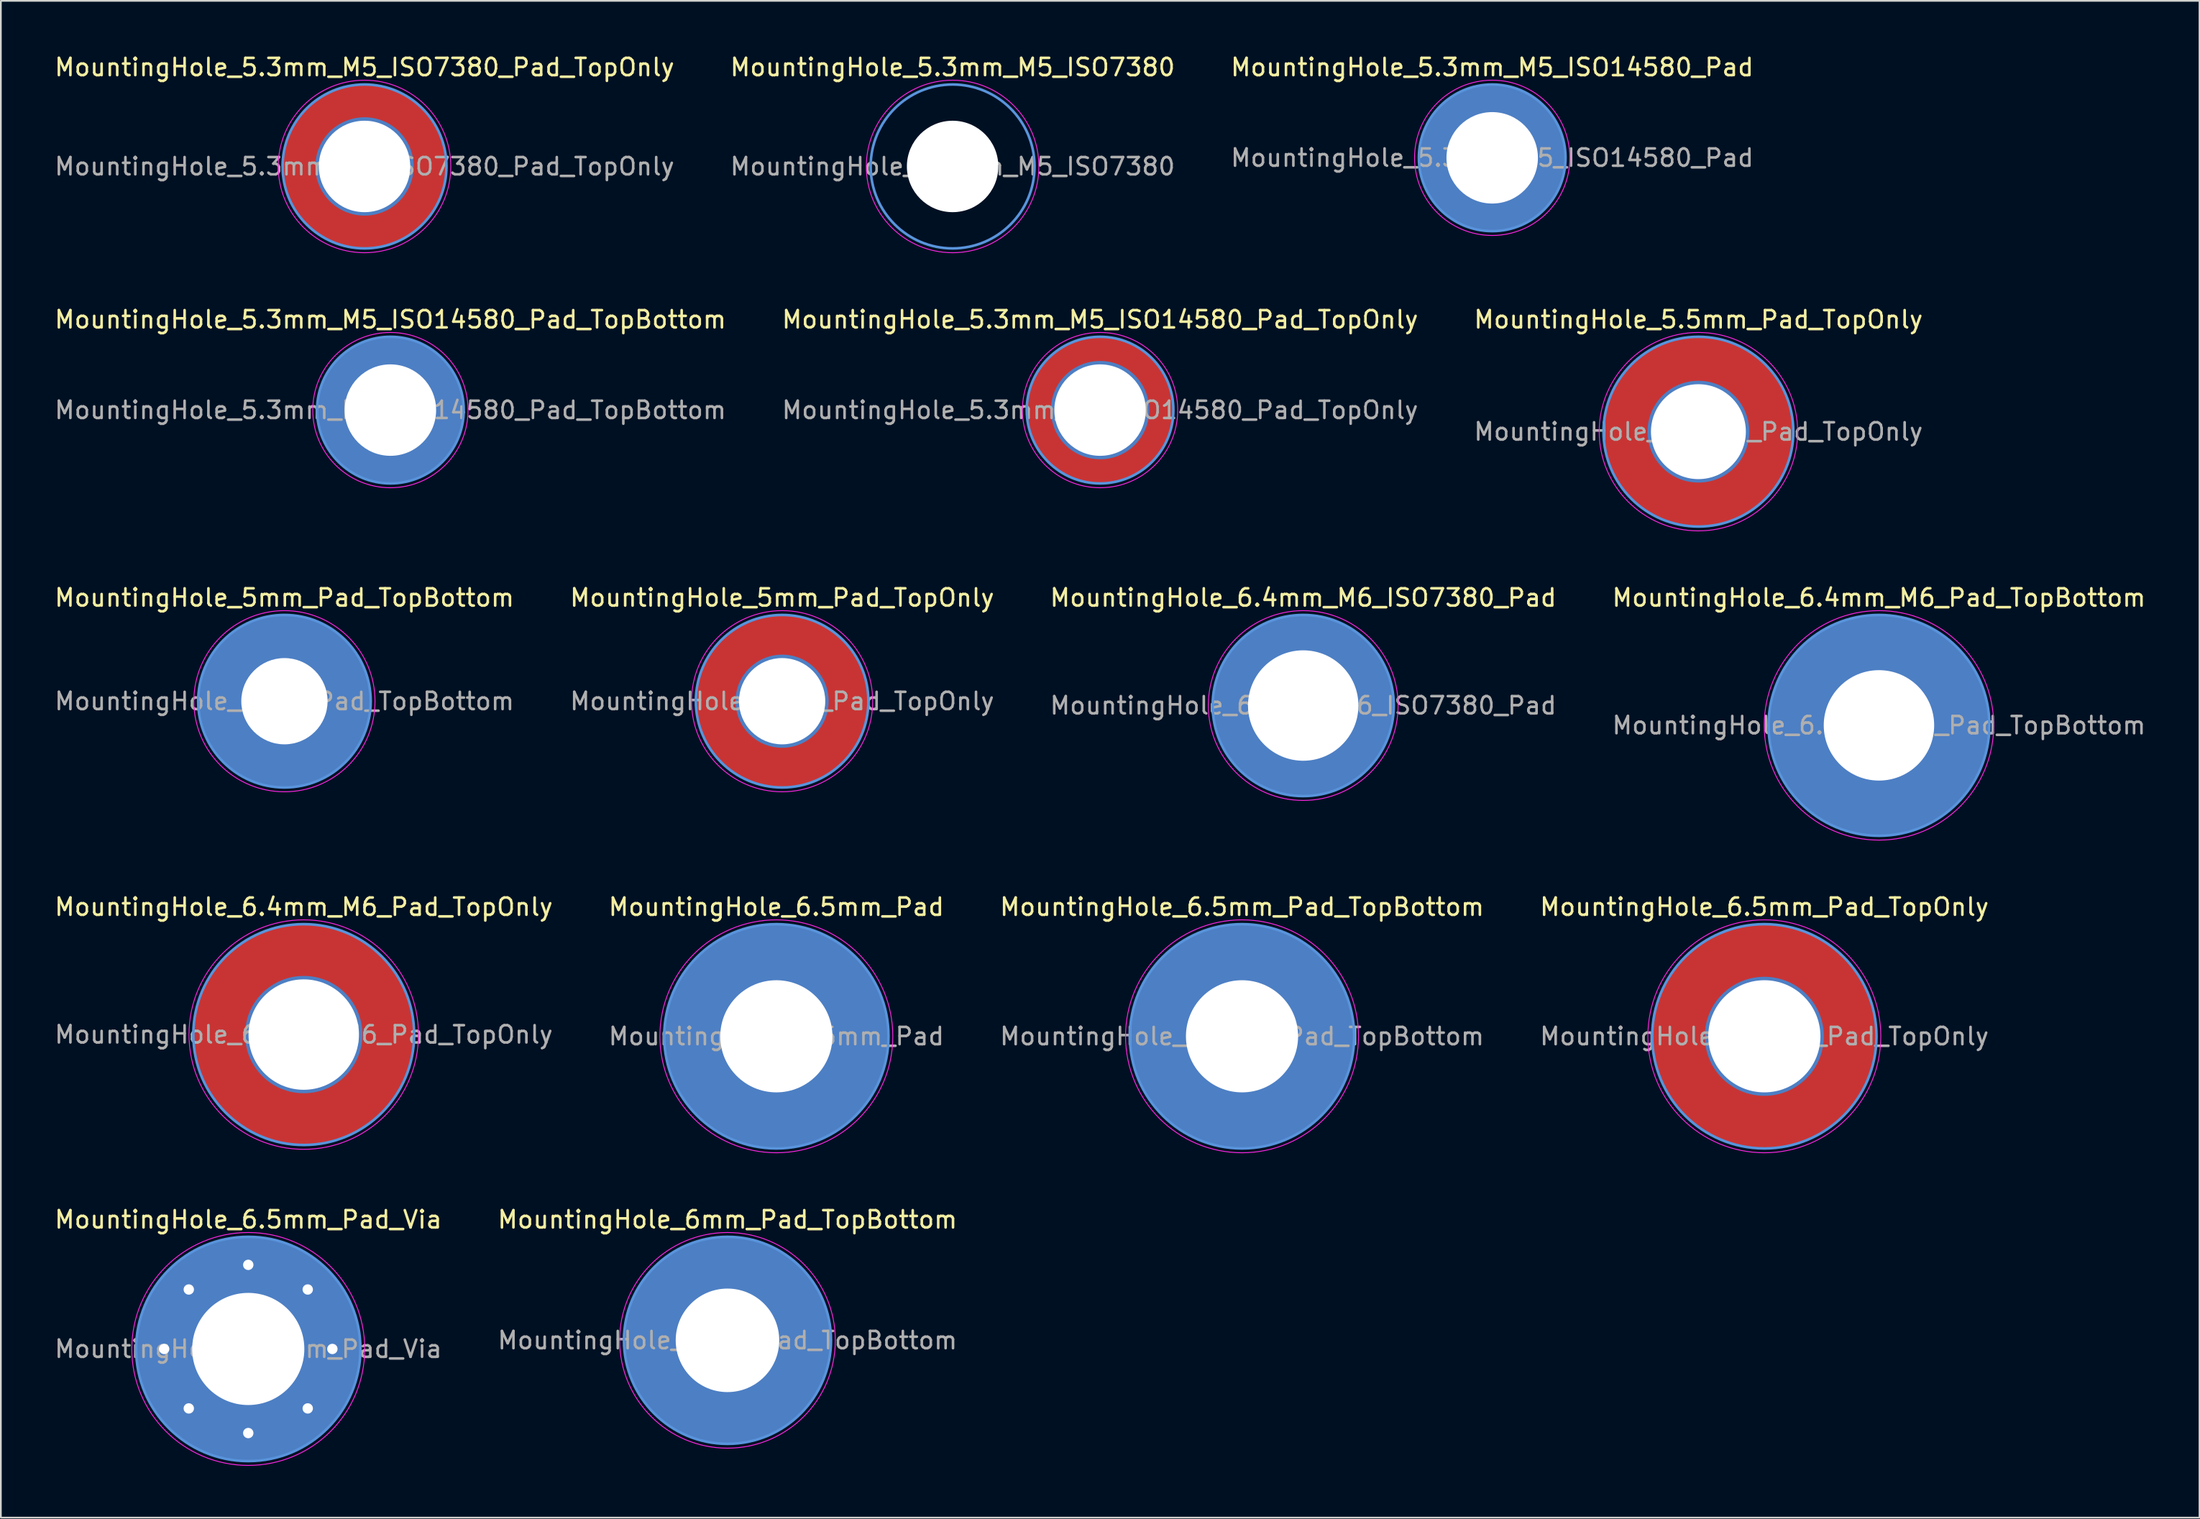
<source format=kicad_pcb>
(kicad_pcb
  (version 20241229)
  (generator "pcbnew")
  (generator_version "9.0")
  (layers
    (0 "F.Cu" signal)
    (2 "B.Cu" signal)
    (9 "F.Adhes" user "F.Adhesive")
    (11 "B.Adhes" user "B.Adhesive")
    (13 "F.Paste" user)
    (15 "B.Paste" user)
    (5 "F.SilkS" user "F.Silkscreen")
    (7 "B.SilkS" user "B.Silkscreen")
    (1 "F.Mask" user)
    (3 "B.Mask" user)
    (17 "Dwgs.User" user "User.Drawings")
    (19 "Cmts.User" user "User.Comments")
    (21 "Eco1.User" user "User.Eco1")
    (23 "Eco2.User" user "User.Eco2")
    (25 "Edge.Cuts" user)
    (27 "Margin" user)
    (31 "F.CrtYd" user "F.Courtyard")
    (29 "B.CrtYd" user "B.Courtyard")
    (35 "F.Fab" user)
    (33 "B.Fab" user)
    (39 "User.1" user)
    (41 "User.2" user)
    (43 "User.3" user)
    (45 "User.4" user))
  (footprint "MountingHole_5.3mm_M5_ISO14580_Pad_TopOnly"
    (layer "F.Cu")
    (at 60.708 20.721)
    (property "Reference" "MountingHole_5.3mm_M5_ISO14580_Pad_TopOnly" (at 0 -5.25 0) (layer "F.SilkS") (effects (font (size 1 1) (thickness 0.15))))
    (attr exclude_from_pos_files exclude_from_bom)
    (fp_circle (center 0 0) (end 4.25 0) (stroke (width 0.15) (type solid)) (fill no) (layer "Cmts.User"))
    (fp_circle (center 0 0) (end 4.5 0) (stroke (width 0.05) (type solid)) (fill no) (layer "F.CrtYd"))
    (fp_text user "${REFERENCE}" (at 0 0 0) (layer "F.Fab") (effects (font (size 1 1) (thickness 0.15))))
    (pad "1" thru_hole circle (at 0 0) (size 5.7 5.7) (drill 5.3) (layers "*.Cu" "*.Mask"))
    (pad "1" connect circle (at 0 0) (size 8.5 8.5) (layers "F.Cu" "F.Mask")))
  (footprint "MountingHole_6.4mm_M6_Pad_TopBottom"
    (layer "F.Cu")
    (at 105.851 38.995)
    (property "Reference" "MountingHole_6.4mm_M6_Pad_TopBottom" (at 0 -7.4 0) (layer "F.SilkS") (effects (font (size 1 1) (thickness 0.15))))
    (attr exclude_from_pos_files exclude_from_bom)
    (fp_circle (center 0 0) (end 6.4 0) (stroke (width 0.15) (type solid)) (fill no) (layer "Cmts.User"))
    (fp_circle (center 0 0) (end 6.65 0) (stroke (width 0.05) (type solid)) (fill no) (layer "F.CrtYd"))
    (fp_text user "${REFERENCE}" (at 0 0 0) (layer "F.Fab") (effects (font (size 1 1) (thickness 0.15))))
    (pad "1" thru_hole circle (at 0 0) (size 6.8 6.8) (drill 6.4) (layers "*.Cu" "*.Mask"))
    (pad "1" connect circle (at 0 0) (size 12.8 12.8) (layers "F.Cu" "F.Mask"))
    (pad "1" connect circle (at 0 0) (size 12.8 12.8) (layers "B.Cu" "B.Mask")))
  (footprint "MountingHole_5.3mm_M5_ISO7380"
    (layer "F.Cu")
    (at 52.161 6.598)
    (property "Reference" "MountingHole_5.3mm_M5_ISO7380" (at 0 -5.75 0) (layer "F.SilkS") (effects (font (size 1 1) (thickness 0.15))))
    (attr exclude_from_pos_files exclude_from_bom)
    (fp_circle (center 0 0) (end 4.75 0) (stroke (width 0.15) (type solid)) (fill no) (layer "Cmts.User"))
    (fp_circle (center 0 0) (end 5 0) (stroke (width 0.05) (type solid)) (fill no) (layer "F.CrtYd"))
    (fp_text user "${REFERENCE}" (at 0 0 0) (layer "F.Fab") (effects (font (size 1 1) (thickness 0.15))))
    (pad "" np_thru_hole circle (at 0 0) (size 5.3 5.3) (drill 5.3) (layers "*.Cu" "*.Mask")))
  (footprint "MountingHole_6.4mm_M6_Pad_TopOnly"
    (layer "F.Cu")
    (at 14.554 56.918)
    (property "Reference" "MountingHole_6.4mm_M6_Pad_TopOnly" (at 0 -7.4 0) (layer "F.SilkS") (effects (font (size 1 1) (thickness 0.15))))
    (attr exclude_from_pos_files exclude_from_bom)
    (fp_circle (center 0 0) (end 6.4 0) (stroke (width 0.15) (type solid)) (fill no) (layer "Cmts.User"))
    (fp_circle (center 0 0) (end 6.65 0) (stroke (width 0.05) (type solid)) (fill no) (layer "F.CrtYd"))
    (fp_text user "${REFERENCE}" (at 0 0 0) (layer "F.Fab") (effects (font (size 1 1) (thickness 0.15))))
    (pad "1" thru_hole circle (at 0 0) (size 6.8 6.8) (drill 6.4) (layers "*.Cu" "*.Mask"))
    (pad "1" connect circle (at 0 0) (size 12.8 12.8) (layers "F.Cu" "F.Mask")))
  (footprint "MountingHole_5.5mm_Pad_TopOnly"
    (layer "F.Cu")
    (at 95.387 21.971)
    (property "Reference" "MountingHole_5.5mm_Pad_TopOnly" (at 0 -6.5 0) (layer "F.SilkS") (effects (font (size 1 1) (thickness 0.15))))
    (attr exclude_from_pos_files exclude_from_bom)
    (fp_circle (center 0 0) (end 5.5 0) (stroke (width 0.15) (type solid)) (fill no) (layer "Cmts.User"))
    (fp_circle (center 0 0) (end 5.75 0) (stroke (width 0.05) (type solid)) (fill no) (layer "F.CrtYd"))
    (fp_text user "${REFERENCE}" (at 0 0 0) (layer "F.Fab") (effects (font (size 1 1) (thickness 0.15))))
    (pad "1" thru_hole circle (at 0 0) (size 5.9 5.9) (drill 5.5) (layers "*.Cu" "*.Mask"))
    (pad "1" connect circle (at 0 0) (size 11 11) (layers "F.Cu" "F.Mask")))
  (footprint "MountingHole_5mm_Pad_TopOnly"
    (layer "F.Cu")
    (at 42.28 37.595)
    (property "Reference" "MountingHole_5mm_Pad_TopOnly" (at 0 -6 0) (layer "F.SilkS") (effects (font (size 1 1) (thickness 0.15))))
    (attr exclude_from_pos_files exclude_from_bom)
    (fp_circle (center 0 0) (end 5 0) (stroke (width 0.15) (type solid)) (fill no) (layer "Cmts.User"))
    (fp_circle (center 0 0) (end 5.25 0) (stroke (width 0.05) (type solid)) (fill no) (layer "F.CrtYd"))
    (fp_text user "${REFERENCE}" (at 0 0 0) (layer "F.Fab") (effects (font (size 1 1) (thickness 0.15))))
    (pad "1" thru_hole circle (at 0 0) (size 5.4 5.4) (drill 5) (layers "*.Cu" "*.Mask"))
    (pad "1" connect circle (at 0 0) (size 10 10) (layers "F.Cu" "F.Mask")))
  (footprint "MountingHole_6.5mm_Pad_TopOnly"
    (layer "F.Cu")
    (at 99.208 57.018)
    (property "Reference" "MountingHole_6.5mm_Pad_TopOnly" (at 0 -7.5 0) (layer "F.SilkS") (effects (font (size 1 1) (thickness 0.15))))
    (attr exclude_from_pos_files exclude_from_bom)
    (fp_circle (center 0 0) (end 6.5 0) (stroke (width 0.15) (type solid)) (fill no) (layer "Cmts.User"))
    (fp_circle (center 0 0) (end 6.75 0) (stroke (width 0.05) (type solid)) (fill no) (layer "F.CrtYd"))
    (fp_text user "${REFERENCE}" (at 0 0 0) (layer "F.Fab") (effects (font (size 1 1) (thickness 0.15))))
    (pad "1" thru_hole circle (at 0 0) (size 6.9 6.9) (drill 6.5) (layers "*.Cu" "*.Mask"))
    (pad "1" connect circle (at 0 0) (size 13 13) (layers "F.Cu" "F.Mask")))
  (footprint "MountingHole_5.3mm_M5_ISO7380_Pad_TopOnly"
    (layer "F.Cu")
    (at 18.077 6.598)
    (property "Reference" "MountingHole_5.3mm_M5_ISO7380_Pad_TopOnly" (at 0 -5.75 0) (layer "F.SilkS") (effects (font (size 1 1) (thickness 0.15))))
    (attr exclude_from_pos_files exclude_from_bom)
    (fp_circle (center 0 0) (end 4.75 0) (stroke (width 0.15) (type solid)) (fill no) (layer "Cmts.User"))
    (fp_circle (center 0 0) (end 5 0) (stroke (width 0.05) (type solid)) (fill no) (layer "F.CrtYd"))
    (fp_text user "${REFERENCE}" (at 0 0 0) (layer "F.Fab") (effects (font (size 1 1) (thickness 0.15))))
    (pad "1" thru_hole circle (at 0 0) (size 5.7 5.7) (drill 5.3) (layers "*.Cu" "*.Mask"))
    (pad "1" connect circle (at 0 0) (size 9.5 9.5) (layers "F.Cu" "F.Mask")))
  (footprint "MountingHole_6mm_Pad_TopBottom"
    (layer "F.Cu")
    (at 39.113 74.641)
    (property "Reference" "MountingHole_6mm_Pad_TopBottom" (at 0 -7 0) (layer "F.SilkS") (effects (font (size 1 1) (thickness 0.15))))
    (attr exclude_from_pos_files exclude_from_bom)
    (fp_circle (center 0 0) (end 6 0) (stroke (width 0.15) (type solid)) (fill no) (layer "Cmts.User"))
    (fp_circle (center 0 0) (end 6.25 0) (stroke (width 0.05) (type solid)) (fill no) (layer "F.CrtYd"))
    (fp_text user "${REFERENCE}" (at 0 0 0) (layer "F.Fab") (effects (font (size 1 1) (thickness 0.15))))
    (pad "1" thru_hole circle (at 0 0) (size 6.4 6.4) (drill 6) (layers "*.Cu" "*.Mask"))
    (pad "1" connect circle (at 0 0) (size 12 12) (layers "F.Cu" "F.Mask"))
    (pad "1" connect circle (at 0 0) (size 12 12) (layers "B.Cu" "B.Mask")))
  (footprint "MountingHole_5.3mm_M5_ISO14580_Pad"
    (layer "F.Cu")
    (at 83.435 6.098)
    (property "Reference" "MountingHole_5.3mm_M5_ISO14580_Pad" (at 0 -5.25 0) (layer "F.SilkS") (effects (font (size 1 1) (thickness 0.15))))
    (attr exclude_from_pos_files exclude_from_bom)
    (fp_circle (center 0 0) (end 4.25 0) (stroke (width 0.15) (type solid)) (fill no) (layer "Cmts.User"))
    (fp_circle (center 0 0) (end 4.5 0) (stroke (width 0.05) (type solid)) (fill no) (layer "F.CrtYd"))
    (fp_text user "${REFERENCE}" (at 0 0 0) (layer "F.Fab") (effects (font (size 1 1) (thickness 0.15))))
    (pad "1" thru_hole circle (at 0 0) (size 8.5 8.5) (drill 5.3) (layers "*.Cu" "*.Mask")))
  (footprint "MountingHole_6.5mm_Pad_TopBottom"
    (layer "F.Cu")
    (at 68.935 57.018)
    (property "Reference" "MountingHole_6.5mm_Pad_TopBottom" (at 0 -7.5 0) (layer "F.SilkS") (effects (font (size 1 1) (thickness 0.15))))
    (attr exclude_from_pos_files exclude_from_bom)
    (fp_circle (center 0 0) (end 6.5 0) (stroke (width 0.15) (type solid)) (fill no) (layer "Cmts.User"))
    (fp_circle (center 0 0) (end 6.75 0) (stroke (width 0.05) (type solid)) (fill no) (layer "F.CrtYd"))
    (fp_text user "${REFERENCE}" (at 0 0 0) (layer "F.Fab") (effects (font (size 1 1) (thickness 0.15))))
    (pad "1" thru_hole circle (at 0 0) (size 6.9 6.9) (drill 6.5) (layers "*.Cu" "*.Mask"))
    (pad "1" connect circle (at 0 0) (size 13 13) (layers "F.Cu" "F.Mask"))
    (pad "1" connect circle (at 0 0) (size 13 13) (layers "B.Cu" "B.Mask")))
  (footprint "MountingHole_5mm_Pad_TopBottom"
    (layer "F.Cu")
    (at 13.435 37.595)
    (property "Reference" "MountingHole_5mm_Pad_TopBottom" (at 0 -6 0) (layer "F.SilkS") (effects (font (size 1 1) (thickness 0.15))))
    (attr exclude_from_pos_files exclude_from_bom)
    (fp_circle (center 0 0) (end 5 0) (stroke (width 0.15) (type solid)) (fill no) (layer "Cmts.User"))
    (fp_circle (center 0 0) (end 5.25 0) (stroke (width 0.05) (type solid)) (fill no) (layer "F.CrtYd"))
    (fp_text user "${REFERENCE}" (at 0 0 0) (layer "F.Fab") (effects (font (size 1 1) (thickness 0.15))))
    (pad "1" thru_hole circle (at 0 0) (size 5.4 5.4) (drill 5) (layers "*.Cu" "*.Mask"))
    (pad "1" connect circle (at 0 0) (size 10 10) (layers "F.Cu" "F.Mask"))
    (pad "1" connect circle (at 0 0) (size 10 10) (layers "B.Cu" "B.Mask")))
  (footprint "MountingHole_6.5mm_Pad"
    (layer "F.Cu")
    (at 41.946 57.018)
    (property "Reference" "MountingHole_6.5mm_Pad" (at 0 -7.5 0) (layer "F.SilkS") (effects (font (size 1 1) (thickness 0.15))))
    (attr exclude_from_pos_files exclude_from_bom)
    (fp_circle (center 0 0) (end 6.5 0) (stroke (width 0.15) (type solid)) (fill no) (layer "Cmts.User"))
    (fp_circle (center 0 0) (end 6.75 0) (stroke (width 0.05) (type solid)) (fill no) (layer "F.CrtYd"))
    (fp_text user "${REFERENCE}" (at 0 0 0) (layer "F.Fab") (effects (font (size 1 1) (thickness 0.15))))
    (pad "1" thru_hole circle (at 0 0) (size 13 13) (drill 6.5) (layers "*.Cu" "*.Mask")))
  (footprint "MountingHole_5.3mm_M5_ISO14580_Pad_TopBottom"
    (layer "F.Cu")
    (at 19.577 20.721)
    (property "Reference" "MountingHole_5.3mm_M5_ISO14580_Pad_TopBottom" (at 0 -5.25 0) (layer "F.SilkS") (effects (font (size 1 1) (thickness 0.15))))
    (attr exclude_from_pos_files exclude_from_bom)
    (fp_circle (center 0 0) (end 4.25 0) (stroke (width 0.15) (type solid)) (fill no) (layer "Cmts.User"))
    (fp_circle (center 0 0) (end 4.5 0) (stroke (width 0.05) (type solid)) (fill no) (layer "F.CrtYd"))
    (fp_text user "${REFERENCE}" (at 0 0 0) (layer "F.Fab") (effects (font (size 1 1) (thickness 0.15))))
    (pad "1" thru_hole circle (at 0 0) (size 5.7 5.7) (drill 5.3) (layers "*.Cu" "*.Mask"))
    (pad "1" connect circle (at 0 0) (size 8.5 8.5) (layers "F.Cu" "F.Mask"))
    (pad "1" connect circle (at 0 0) (size 8.5 8.5) (layers "B.Cu" "B.Mask")))
  (footprint "MountingHole_6.5mm_Pad_Via"
    (layer "F.Cu")
    (at 11.339 75.141)
    (property "Reference" "MountingHole_6.5mm_Pad_Via" (at 0 -7.5 0) (layer "F.SilkS") (effects (font (size 1 1) (thickness 0.15))))
    (attr exclude_from_pos_files exclude_from_bom)
    (fp_circle (center 0 0) (end 6.5 0) (stroke (width 0.15) (type solid)) (fill no) (layer "Cmts.User"))
    (fp_circle (center 0 0) (end 6.75 0) (stroke (width 0.05) (type solid)) (fill no) (layer "F.CrtYd"))
    (fp_text user "${REFERENCE}" (at 0 0 0) (layer "F.Fab") (effects (font (size 1 1) (thickness 0.15))))
    (pad "1" thru_hole circle (at -4.875 0) (size 0.9 0.9) (drill 0.6) (layers "*.Cu" "*.Mask"))
    (pad "1" thru_hole circle (at -3.447 -3.447) (size 0.9 0.9) (drill 0.6) (layers "*.Cu" "*.Mask"))
    (pad "1" thru_hole circle (at -3.447 3.447) (size 0.9 0.9) (drill 0.6) (layers "*.Cu" "*.Mask"))
    (pad "1" thru_hole circle (at 0 -4.875) (size 0.9 0.9) (drill 0.6) (layers "*.Cu" "*.Mask"))
    (pad "1" thru_hole circle (at 0 0) (size 13 13) (drill 6.5) (layers "*.Cu" "*.Mask"))
    (pad "1" thru_hole circle (at 0 4.875) (size 0.9 0.9) (drill 0.6) (layers "*.Cu" "*.Mask"))
    (pad "1" thru_hole circle (at 3.447 -3.447) (size 0.9 0.9) (drill 0.6) (layers "*.Cu" "*.Mask"))
    (pad "1" thru_hole circle (at 3.447 3.447) (size 0.9 0.9) (drill 0.6) (layers "*.Cu" "*.Mask"))
    (pad "1" thru_hole circle (at 4.875 0) (size 0.9 0.9) (drill 0.6) (layers "*.Cu" "*.Mask")))
  (footprint "MountingHole_6.4mm_M6_ISO7380_Pad"
    (layer "F.Cu")
    (at 72.482 37.845)
    (property "Reference" "MountingHole_6.4mm_M6_ISO7380_Pad" (at 0 -6.25 0) (layer "F.SilkS") (effects (font (size 1 1) (thickness 0.15))))
    (attr exclude_from_pos_files exclude_from_bom)
    (fp_circle (center 0 0) (end 5.25 0) (stroke (width 0.15) (type solid)) (fill no) (layer "Cmts.User"))
    (fp_circle (center 0 0) (end 5.5 0) (stroke (width 0.05) (type solid)) (fill no) (layer "F.CrtYd"))
    (fp_text user "${REFERENCE}" (at 0 0 0) (layer "F.Fab") (effects (font (size 1 1) (thickness 0.15))))
    (pad "1" thru_hole circle (at 0 0) (size 10.5 10.5) (drill 6.4) (layers "*.Cu" "*.Mask")))
  (gr_rect
    (start -3 -3)
    (end 124.429 84.916)
    (stroke (width 0.1) (type default))
    (fill no)
    (layer "Edge.Cuts")))
</source>
